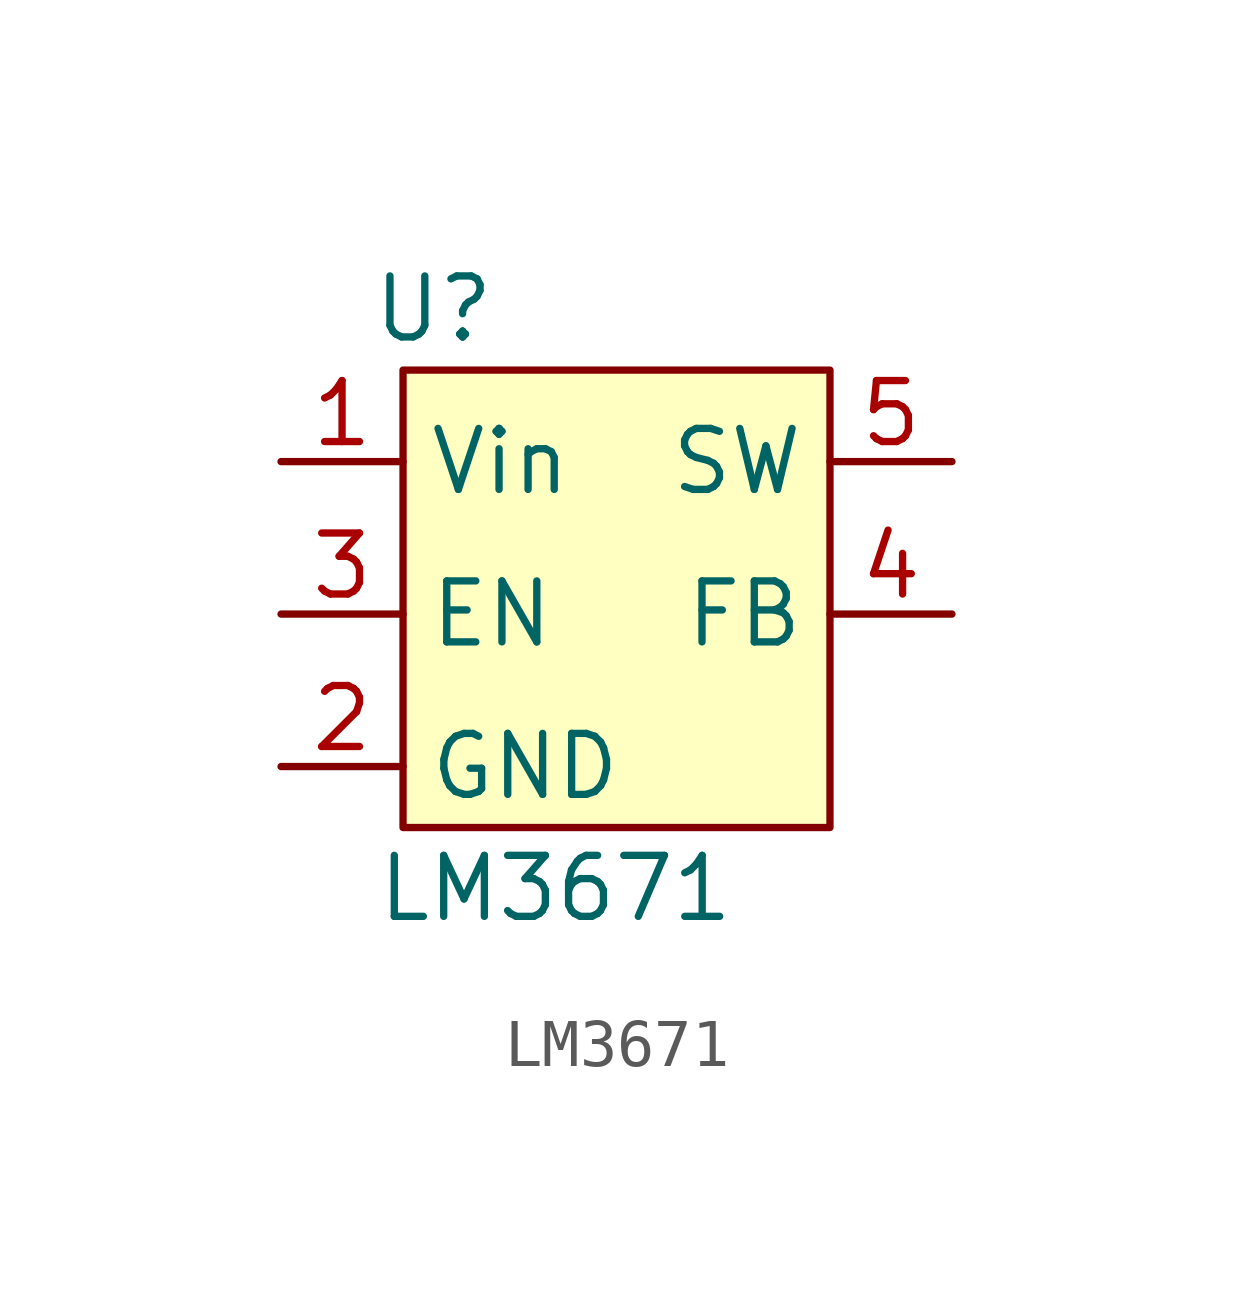
<source format=kicad_sym>
(kicad_symbol_lib
  (version 20220914)
  (generator kicad_symbol_editor)
  (symbol "LM3671"
    (property "Reference" "U"
      (at -3.175 6.35 0)
      (effects (font (size 1.27 1.27))))
    (property "Value" "LM3671"
      (at -0.635 -5.715 0)
      (effects (font (size 1.27 1.27))))
    (symbol "LM3671_0_1"
      (rectangle (start -3.81 5.08) (end 5.08 -4.445) (stroke (width 0.152) (type default)) (fill (type background))))
    (symbol "LM3671_1_1"
      (pin input line (at -6.35 3.175 0) (length 2.54) (name "Vin" (effects (font (size 1.27 1.27)))) (number "1" (effects (font (size 1.27 1.27)))))
      (pin input line (at -6.35 -3.175 0) (length 2.54) (name "GND" (effects (font (size 1.27 1.27)))) (number "2" (effects (font (size 1.27 1.27)))))
      (pin input line (at -6.35 0 0) (length 2.54) (name "EN" (effects (font (size 1.27 1.27)))) (number "3" (effects (font (size 1.27 1.27)))))
      (pin input line (at 7.62 0 180) (length 2.54) (name "FB" (effects (font (size 1.27 1.27)))) (number "4" (effects (font (size 1.27 1.27)))))
      (pin input line (at 7.62 3.175 180) (length 2.54) (name "SW" (effects (font (size 1.27 1.27)))) (number "5" (effects (font (size 1.27 1.27))))))))
</source>
